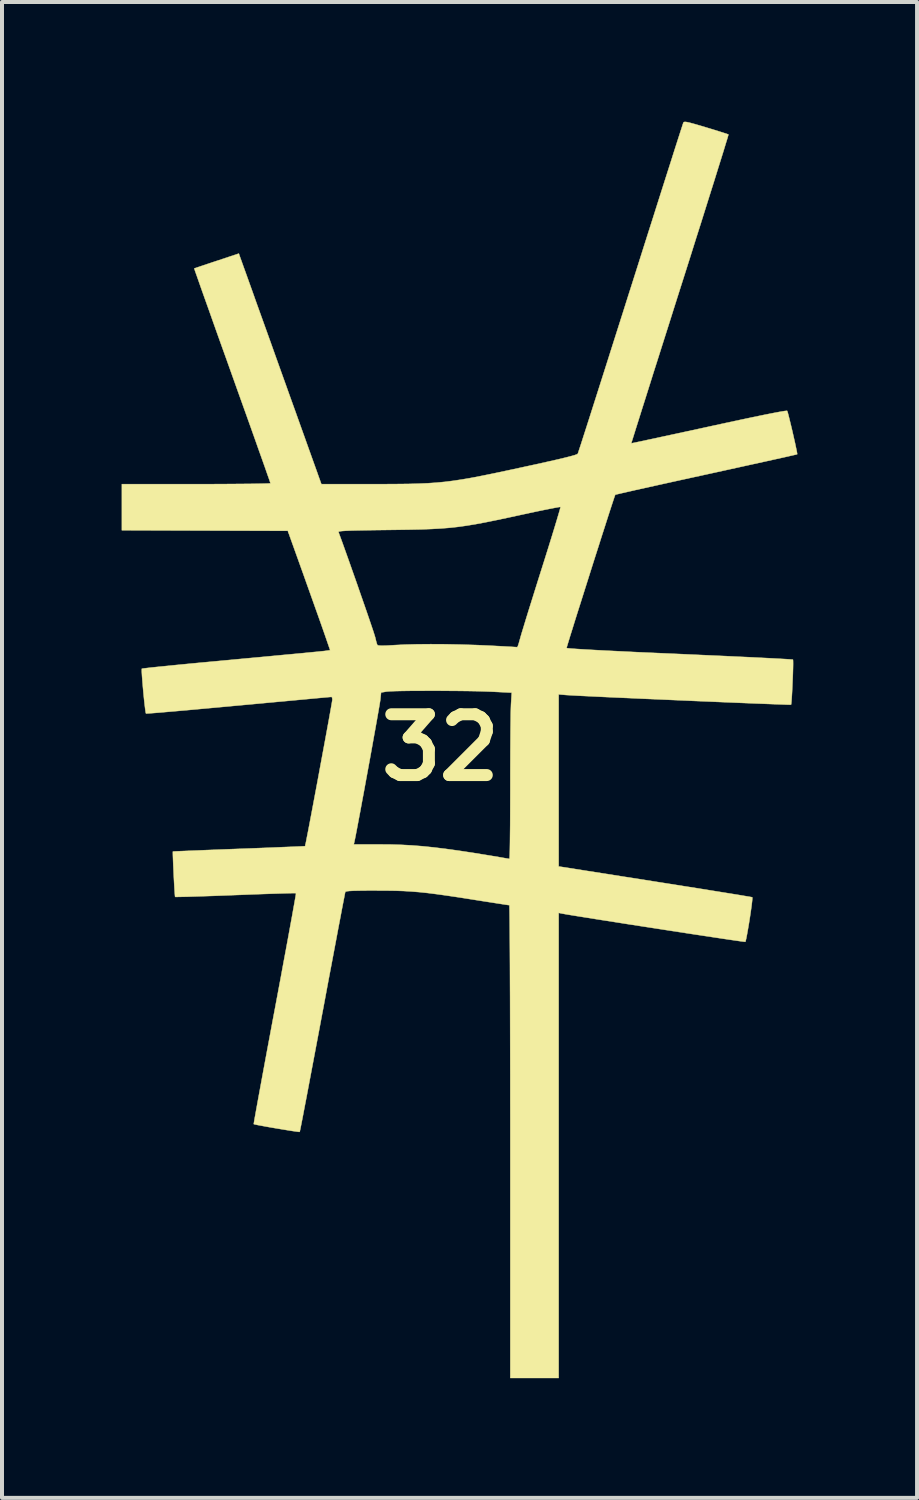
<source format=kicad_pcb>
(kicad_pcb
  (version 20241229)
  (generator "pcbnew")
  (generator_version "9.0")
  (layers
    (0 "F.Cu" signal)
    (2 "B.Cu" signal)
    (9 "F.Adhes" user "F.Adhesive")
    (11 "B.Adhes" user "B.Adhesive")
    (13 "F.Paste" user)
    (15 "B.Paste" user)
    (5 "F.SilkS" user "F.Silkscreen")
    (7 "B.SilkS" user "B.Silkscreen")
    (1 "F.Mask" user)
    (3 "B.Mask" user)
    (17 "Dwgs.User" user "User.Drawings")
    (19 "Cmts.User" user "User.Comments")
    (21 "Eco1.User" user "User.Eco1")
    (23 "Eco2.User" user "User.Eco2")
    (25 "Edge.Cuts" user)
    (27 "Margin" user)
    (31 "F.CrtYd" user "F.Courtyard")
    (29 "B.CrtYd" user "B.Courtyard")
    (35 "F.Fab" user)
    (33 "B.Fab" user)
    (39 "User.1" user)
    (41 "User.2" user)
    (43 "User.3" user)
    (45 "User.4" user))
  (footprint "32"
    (layer "F.Cu")
    (at 7.992 15.69)
    (property "Reference" "32" (at 0 0 0) (layer "F.SilkS") (effects (font (size 1.524 1.524) (thickness 0.3))))
    (attr through_hole)
    (fp_poly (pts (xy 6.177 -15.68) (xy 6.252 -15.663) (xy 6.363 -15.633) (xy 6.515 -15.589) (xy 6.658 -15.546) (xy 6.824 -15.496) (xy 6.972 -15.45) (xy 7.092 -15.412) (xy 7.176 -15.385) (xy 7.216 -15.37) (xy 7.219 -15.369) (xy 7.212 -15.341) (xy 7.189 -15.262) (xy 7.15 -15.136) (xy 7.098 -14.964) (xy 7.032 -14.752) (xy 6.953 -14.5) (xy 6.864 -14.213) (xy 6.763 -13.893) (xy 6.653 -13.543) (xy 6.535 -13.167) (xy 6.408 -12.768) (xy 6.276 -12.347) (xy 6.137 -11.909) (xy 6.005 -11.495) (xy 5.862 -11.044) (xy 5.724 -10.607) (xy 5.591 -10.189) (xy 5.465 -9.791) (xy 5.346 -9.418) (xy 5.237 -9.071) (xy 5.137 -8.754) (xy 5.047 -8.47) (xy 4.969 -8.222) (xy 4.903 -8.013) (xy 4.851 -7.846) (xy 4.813 -7.725) (xy 4.79 -7.651) (xy 4.783 -7.628) (xy 4.811 -7.632) (xy 4.889 -7.648) (xy 5.014 -7.674) (xy 5.18 -7.71) (xy 5.384 -7.753) (xy 5.621 -7.805) (xy 5.887 -7.862) (xy 6.177 -7.925) (xy 6.487 -7.992) (xy 6.73 -8.045) (xy 7.147 -8.136) (xy 7.516 -8.215) (xy 7.837 -8.283) (xy 8.108 -8.339) (xy 8.329 -8.383) (xy 8.499 -8.415) (xy 8.616 -8.435) (xy 8.679 -8.442) (xy 8.691 -8.44) (xy 8.704 -8.404) (xy 8.725 -8.325) (xy 8.753 -8.212) (xy 8.786 -8.077) (xy 8.821 -7.93) (xy 8.855 -7.78) (xy 8.887 -7.639) (xy 8.913 -7.515) (xy 8.933 -7.42) (xy 8.942 -7.364) (xy 8.942 -7.353) (xy 8.914 -7.345) (xy 8.834 -7.327) (xy 8.708 -7.298) (xy 8.539 -7.26) (xy 8.33 -7.214) (xy 8.088 -7.16) (xy 7.814 -7.1) (xy 7.514 -7.034) (xy 7.192 -6.963) (xy 6.851 -6.888) (xy 6.664 -6.847) (xy 6.315 -6.771) (xy 5.982 -6.698) (xy 5.67 -6.629) (xy 5.381 -6.565) (xy 5.121 -6.507) (xy 4.893 -6.457) (xy 4.702 -6.413) (xy 4.552 -6.379) (xy 4.446 -6.354) (xy 4.389 -6.34) (xy 4.381 -6.337) (xy 4.37 -6.309) (xy 4.344 -6.231) (xy 4.304 -6.111) (xy 4.252 -5.952) (xy 4.19 -5.76) (xy 4.12 -5.541) (xy 4.042 -5.299) (xy 3.96 -5.04) (xy 3.873 -4.769) (xy 3.785 -4.492) (xy 3.697 -4.213) (xy 3.61 -3.938) (xy 3.526 -3.672) (xy 3.446 -3.421) (xy 3.373 -3.189) (xy 3.309 -2.982) (xy 3.253 -2.804) (xy 3.21 -2.663) (xy 3.179 -2.561) (xy 3.163 -2.506) (xy 3.161 -2.497) (xy 3.189 -2.49) (xy 3.273 -2.482) (xy 3.411 -2.472) (xy 3.604 -2.46) (xy 3.85 -2.446) (xy 4.148 -2.43) (xy 4.499 -2.413) (xy 4.9 -2.393) (xy 5.351 -2.373) (xy 5.852 -2.351) (xy 5.99 -2.345) (xy 6.385 -2.327) (xy 6.763 -2.31) (xy 7.122 -2.294) (xy 7.457 -2.278) (xy 7.765 -2.264) (xy 8.042 -2.25) (xy 8.283 -2.238) (xy 8.486 -2.227) (xy 8.646 -2.218) (xy 8.76 -2.211) (xy 8.824 -2.206) (xy 8.836 -2.204) (xy 8.839 -2.173) (xy 8.84 -2.096) (xy 8.838 -1.983) (xy 8.834 -1.846) (xy 8.828 -1.694) (xy 8.821 -1.539) (xy 8.814 -1.391) (xy 8.806 -1.259) (xy 8.799 -1.156) (xy 8.792 -1.092) (xy 8.788 -1.075) (xy 8.759 -1.074) (xy 8.679 -1.076) (xy 8.551 -1.081) (xy 8.38 -1.087) (xy 8.172 -1.095) (xy 7.93 -1.104) (xy 7.66 -1.115) (xy 7.366 -1.127) (xy 7.052 -1.14) (xy 6.724 -1.154) (xy 6.385 -1.168) (xy 6.041 -1.183) (xy 5.695 -1.198) (xy 5.354 -1.213) (xy 5.021 -1.227) (xy 4.7 -1.242) (xy 4.397 -1.255) (xy 4.117 -1.268) (xy 3.863 -1.28) (xy 3.64 -1.291) (xy 3.454 -1.3) (xy 3.308 -1.308) (xy 3.207 -1.314) (xy 3.168 -1.316) (xy 2.963 -1.333) (xy 2.963 2.98) (xy 5.379 3.36) (xy 5.741 3.417) (xy 6.087 3.472) (xy 6.414 3.523) (xy 6.716 3.572) (xy 6.99 3.616) (xy 7.232 3.655) (xy 7.438 3.688) (xy 7.603 3.716) (xy 7.724 3.736) (xy 7.796 3.749) (xy 7.817 3.754) (xy 7.818 3.784) (xy 7.811 3.859) (xy 7.798 3.969) (xy 7.779 4.104) (xy 7.757 4.253) (xy 7.733 4.406) (xy 7.708 4.552) (xy 7.685 4.682) (xy 7.665 4.786) (xy 7.649 4.851) (xy 7.642 4.87) (xy 7.613 4.867) (xy 7.534 4.857) (xy 7.409 4.839) (xy 7.243 4.815) (xy 7.041 4.785) (xy 6.809 4.75) (xy 6.551 4.711) (xy 6.273 4.669) (xy 5.979 4.624) (xy 5.675 4.577) (xy 5.365 4.529) (xy 5.054 4.481) (xy 4.748 4.434) (xy 4.452 4.387) (xy 4.17 4.343) (xy 3.908 4.302) (xy 3.671 4.264) (xy 3.463 4.231) (xy 3.29 4.203) (xy 3.157 4.181) (xy 3.068 4.165) (xy 3.041 4.16) (xy 2.963 4.144) (xy 2.963 15.804) (xy 1.75 15.804) (xy 1.75 9.878) (xy 1.75 9.304) (xy 1.749 8.745) (xy 1.749 8.204) (xy 1.748 7.683) (xy 1.747 7.185) (xy 1.746 6.713) (xy 1.745 6.269) (xy 1.743 5.855) (xy 1.742 5.475) (xy 1.74 5.132) (xy 1.738 4.826) (xy 1.736 4.562) (xy 1.734 4.342) (xy 1.732 4.168) (xy 1.73 4.044) (xy 1.728 3.971) (xy 1.726 3.951) (xy 1.693 3.947) (xy 1.611 3.935) (xy 1.488 3.916) (xy 1.329 3.891) (xy 1.141 3.862) (xy 0.932 3.829) (xy 0.805 3.809) (xy 0.463 3.755) (xy 0.167 3.711) (xy -0.091 3.675) (xy -0.32 3.646) (xy -0.529 3.624) (xy -0.728 3.608) (xy -0.925 3.596) (xy -1.13 3.589) (xy -1.35 3.586) (xy -1.596 3.585) (xy -1.617 3.585) (xy -1.853 3.585) (xy -2.038 3.587) (xy -2.177 3.59) (xy -2.276 3.595) (xy -2.341 3.602) (xy -2.376 3.612) (xy -2.387 3.621) (xy -2.394 3.653) (xy -2.41 3.737) (xy -2.436 3.87) (xy -2.47 4.046) (xy -2.511 4.264) (xy -2.56 4.519) (xy -2.614 4.808) (xy -2.674 5.126) (xy -2.739 5.471) (xy -2.809 5.839) (xy -2.881 6.226) (xy -2.956 6.628) (xy -2.959 6.64) (xy -3.034 7.042) (xy -3.107 7.428) (xy -3.176 7.795) (xy -3.241 8.139) (xy -3.301 8.457) (xy -3.355 8.744) (xy -3.404 8.998) (xy -3.445 9.214) (xy -3.479 9.39) (xy -3.505 9.521) (xy -3.522 9.603) (xy -3.529 9.634) (xy -3.529 9.635) (xy -3.559 9.633) (xy -3.634 9.623) (xy -3.744 9.607) (xy -3.879 9.585) (xy -4.03 9.56) (xy -4.185 9.534) (xy -4.335 9.508) (xy -4.47 9.483) (xy -4.579 9.463) (xy -4.653 9.447) (xy -4.681 9.439) (xy -4.677 9.41) (xy -4.664 9.33) (xy -4.641 9.202) (xy -4.61 9.029) (xy -4.571 8.815) (xy -4.525 8.564) (xy -4.473 8.28) (xy -4.415 7.966) (xy -4.352 7.625) (xy -4.284 7.262) (xy -4.213 6.88) (xy -4.15 6.546) (xy -4.076 6.151) (xy -4.005 5.772) (xy -3.939 5.412) (xy -3.876 5.075) (xy -3.819 4.765) (xy -3.768 4.485) (xy -3.723 4.24) (xy -3.686 4.032) (xy -3.656 3.865) (xy -3.635 3.744) (xy -3.623 3.671) (xy -3.621 3.651) (xy -3.651 3.65) (xy -3.732 3.65) (xy -3.858 3.653) (xy -4.026 3.658) (xy -4.229 3.664) (xy -4.462 3.672) (xy -4.72 3.681) (xy -4.998 3.692) (xy -5.136 3.697) (xy -5.422 3.708) (xy -5.691 3.718) (xy -5.936 3.726) (xy -6.155 3.733) (xy -6.34 3.739) (xy -6.486 3.742) (xy -6.59 3.744) (xy -6.645 3.744) (xy -6.652 3.743) (xy -6.656 3.714) (xy -6.662 3.638) (xy -6.669 3.527) (xy -6.677 3.391) (xy -6.685 3.24) (xy -6.692 3.085) (xy -6.699 2.936) (xy -6.704 2.803) (xy -6.708 2.697) (xy -6.709 2.628) (xy -6.708 2.606) (xy -6.679 2.604) (xy -6.6 2.6) (xy -6.473 2.595) (xy -6.306 2.588) (xy -6.101 2.58) (xy -5.865 2.57) (xy -5.603 2.56) (xy -5.318 2.549) (xy -5.052 2.539) (xy -4.752 2.528) (xy -4.47 2.517) (xy -4.21 2.507) (xy -3.977 2.497) (xy -3.776 2.489) (xy -3.612 2.482) (xy -3.491 2.477) (xy -3.416 2.473) (xy -3.394 2.471) (xy -3.387 2.442) (xy -3.384 2.427) (xy -2.174 2.427) (xy -1.517 2.428) (xy -1.248 2.43) (xy -0.986 2.438) (xy -0.724 2.452) (xy -0.457 2.473) (xy -0.174 2.502) (xy 0.129 2.539) (xy 0.461 2.585) (xy 0.83 2.641) (xy 1.242 2.708) (xy 1.496 2.751) (xy 1.6 2.769) (xy 1.682 2.783) (xy 1.726 2.79) (xy 1.729 2.791) (xy 1.732 2.764) (xy 1.736 2.685) (xy 1.739 2.56) (xy 1.742 2.392) (xy 1.744 2.187) (xy 1.747 1.949) (xy 1.748 1.683) (xy 1.749 1.393) (xy 1.75 1.085) (xy 1.75 1.006) (xy 1.75 0.684) (xy 1.751 0.371) (xy 1.752 0.072) (xy 1.754 -0.205) (xy 1.756 -0.456) (xy 1.759 -0.674) (xy 1.761 -0.854) (xy 1.765 -0.989) (xy 1.768 -1.075) (xy 1.768 -1.079) (xy 1.786 -1.376) (xy 1.281 -1.401) (xy 1.12 -1.407) (xy 0.926 -1.413) (xy 0.705 -1.417) (xy 0.465 -1.42) (xy 0.213 -1.422) (xy -0.044 -1.424) (xy -0.297 -1.424) (xy -0.54 -1.423) (xy -0.766 -1.422) (xy -0.967 -1.419) (xy -1.135 -1.415) (xy -1.264 -1.41) (xy -1.345 -1.404) (xy -1.359 -1.402) (xy -1.489 -1.38) (xy -1.509 -1.191) (xy -1.517 -1.139) (xy -1.534 -1.037) (xy -1.559 -0.892) (xy -1.591 -0.71) (xy -1.629 -0.496) (xy -1.672 -0.258) (xy -1.718 0.000058) (xy -1.767 0.271) (xy -1.818 0.549) (xy -1.869 0.827) (xy -1.919 1.101) (xy -1.968 1.363) (xy -2.013 1.608) (xy -2.055 1.829) (xy -2.091 2.021) (xy -2.121 2.178) (xy -2.144 2.293) (xy -2.158 2.36) (xy -2.159 2.364) (xy -2.174 2.427) (xy -3.384 2.427) (xy -3.371 2.364) (xy -3.347 2.241) (xy -3.315 2.079) (xy -3.278 1.884) (xy -3.236 1.662) (xy -3.19 1.418) (xy -3.141 1.157) (xy -3.09 0.886) (xy -3.039 0.61) (xy -2.988 0.334) (xy -2.938 0.064) (xy -2.89 -0.195) (xy -2.846 -0.436) (xy -2.806 -0.654) (xy -2.772 -0.844) (xy -2.744 -1) (xy -2.724 -1.116) (xy -2.712 -1.187) (xy -2.71 -1.206) (xy -2.717 -1.256) (xy -2.731 -1.27) (xy -2.761 -1.268) (xy -2.844 -1.261) (xy -2.974 -1.249) (xy -3.149 -1.233) (xy -3.362 -1.213) (xy -3.611 -1.19) (xy -3.89 -1.164) (xy -4.197 -1.136) (xy -4.526 -1.105) (xy -4.873 -1.073) (xy -5.06 -1.056) (xy -5.416 -1.023) (xy -5.754 -0.992) (xy -6.072 -0.963) (xy -6.366 -0.936) (xy -6.63 -0.913) (xy -6.862 -0.893) (xy -7.056 -0.876) (xy -7.209 -0.864) (xy -7.316 -0.856) (xy -7.373 -0.853) (xy -7.382 -0.853) (xy -7.391 -0.886) (xy -7.402 -0.964) (xy -7.416 -1.078) (xy -7.431 -1.215) (xy -7.446 -1.366) (xy -7.46 -1.52) (xy -7.472 -1.668) (xy -7.482 -1.797) (xy -7.488 -1.899) (xy -7.488 -1.962) (xy -7.486 -1.977) (xy -7.455 -1.982) (xy -7.372 -1.992) (xy -7.242 -2.007) (xy -7.068 -2.025) (xy -6.856 -2.046) (xy -6.608 -2.071) (xy -6.33 -2.098) (xy -6.026 -2.127) (xy -5.7 -2.157) (xy -5.357 -2.189) (xy -5.249 -2.199) (xy -4.898 -2.232) (xy -4.56 -2.263) (xy -4.241 -2.293) (xy -3.945 -2.321) (xy -3.676 -2.346) (xy -3.44 -2.368) (xy -3.24 -2.388) (xy -3.081 -2.403) (xy -2.969 -2.415) (xy -2.907 -2.421) (xy -2.9 -2.422) (xy -2.766 -2.441) (xy -2.907 -2.85) (xy -2.949 -2.97) (xy -3.007 -3.135) (xy -3.078 -3.335) (xy -3.159 -3.562) (xy -3.246 -3.807) (xy -3.337 -4.062) (xy -3.428 -4.318) (xy -3.438 -4.346) (xy -3.817 -5.404) (xy -2.558 -5.404) (xy -2.557 -5.403) (xy -2.518 -5.297) (xy -2.465 -5.153) (xy -2.402 -4.977) (xy -2.33 -4.775) (xy -2.252 -4.555) (xy -2.17 -4.322) (xy -2.086 -4.084) (xy -2.004 -3.846) (xy -1.924 -3.617) (xy -1.849 -3.401) (xy -1.782 -3.205) (xy -1.725 -3.037) (xy -1.68 -2.903) (xy -1.65 -2.808) (xy -1.636 -2.761) (xy -1.614 -2.669) (xy -1.593 -2.598) (xy -1.582 -2.57) (xy -1.553 -2.559) (xy -1.483 -2.554) (xy -1.366 -2.556) (xy -1.199 -2.565) (xy -1.155 -2.568) (xy -0.895 -2.581) (xy -0.589 -2.589) (xy -0.247 -2.592) (xy 0.12 -2.59) (xy 0.502 -2.582) (xy 0.888 -2.57) (xy 1.214 -2.556) (xy 1.405 -2.546) (xy 1.578 -2.537) (xy 1.724 -2.529) (xy 1.836 -2.522) (xy 1.904 -2.518) (xy 1.923 -2.516) (xy 1.938 -2.539) (xy 1.96 -2.603) (xy 1.986 -2.696) (xy 1.988 -2.702) (xy 2.005 -2.764) (xy 2.037 -2.874) (xy 2.084 -3.027) (xy 2.142 -3.218) (xy 2.21 -3.439) (xy 2.288 -3.687) (xy 2.372 -3.956) (xy 2.461 -4.24) (xy 2.529 -4.455) (xy 2.619 -4.74) (xy 2.703 -5.008) (xy 2.78 -5.256) (xy 2.848 -5.478) (xy 2.906 -5.669) (xy 2.952 -5.824) (xy 2.986 -5.94) (xy 3.005 -6.011) (xy 3.009 -6.032) (xy 2.979 -6.03) (xy 2.9 -6.016) (xy 2.779 -5.993) (xy 2.623 -5.962) (xy 2.437 -5.924) (xy 2.229 -5.88) (xy 2.068 -5.845) (xy 1.709 -5.767) (xy 1.397 -5.701) (xy 1.121 -5.645) (xy 0.875 -5.599) (xy 0.649 -5.562) (xy 0.434 -5.532) (xy 0.222 -5.509) (xy 0.004 -5.492) (xy -0.229 -5.479) (xy -0.485 -5.469) (xy -0.774 -5.463) (xy -1.103 -5.458) (xy -1.335 -5.455) (xy -1.64 -5.451) (xy -1.892 -5.447) (xy -2.096 -5.443) (xy -2.257 -5.439) (xy -2.378 -5.434) (xy -2.465 -5.428) (xy -2.521 -5.421) (xy -2.55 -5.413) (xy -2.558 -5.404) (xy -3.817 -5.404) (xy -3.827 -5.433) (xy -5.907 -5.44) (xy -7.987 -5.447) (xy -7.987 -6.604) (xy -6.124 -6.604) (xy -5.806 -6.604) (xy -5.504 -6.605) (xy -5.225 -6.607) (xy -4.972 -6.609) (xy -4.75 -6.611) (xy -4.564 -6.614) (xy -4.418 -6.617) (xy -4.318 -6.62) (xy -4.267 -6.624) (xy -4.262 -6.625) (xy -4.271 -6.654) (xy -4.298 -6.733) (xy -4.342 -6.857) (xy -4.4 -7.024) (xy -4.473 -7.23) (xy -4.559 -7.471) (xy -4.655 -7.743) (xy -4.762 -8.044) (xy -4.878 -8.369) (xy -5.002 -8.715) (xy -5.132 -9.079) (xy -5.22 -9.326) (xy -5.353 -9.699) (xy -5.481 -10.056) (xy -5.602 -10.394) (xy -5.714 -10.71) (xy -5.817 -11.001) (xy -5.91 -11.261) (xy -5.991 -11.489) (xy -6.058 -11.68) (xy -6.111 -11.831) (xy -6.149 -11.938) (xy -6.169 -11.998) (xy -6.173 -12.01) (xy -6.145 -12.02) (xy -6.072 -12.045) (xy -5.962 -12.082) (xy -5.822 -12.129) (xy -5.66 -12.183) (xy -5.611 -12.199) (xy -5.055 -12.384) (xy -5.029 -12.309) (xy -5.016 -12.273) (xy -4.985 -12.187) (xy -4.938 -12.055) (xy -4.875 -11.881) (xy -4.799 -11.668) (xy -4.71 -11.42) (xy -4.611 -11.141) (xy -4.501 -10.835) (xy -4.382 -10.504) (xy -4.256 -10.153) (xy -4.125 -9.785) (xy -4.022 -9.497) (xy -3.886 -9.118) (xy -3.756 -8.754) (xy -3.631 -8.407) (xy -3.515 -8.082) (xy -3.407 -7.781) (xy -3.31 -7.509) (xy -3.224 -7.269) (xy -3.151 -7.065) (xy -3.092 -6.901) (xy -3.049 -6.779) (xy -3.022 -6.705) (xy -3.014 -6.682) (xy -2.986 -6.604) (xy -1.765 -6.604) (xy -1.403 -6.604) (xy -1.084 -6.606) (xy -0.802 -6.609) (xy -0.549 -6.616) (xy -0.318 -6.626) (xy -0.1 -6.641) (xy 0.111 -6.661) (xy 0.325 -6.688) (xy 0.547 -6.722) (xy 0.785 -6.763) (xy 1.048 -6.814) (xy 1.343 -6.874) (xy 1.677 -6.945) (xy 2.058 -7.027) (xy 2.084 -7.033) (xy 2.422 -7.106) (xy 2.707 -7.17) (xy 2.942 -7.223) (xy 3.129 -7.268) (xy 3.27 -7.304) (xy 3.368 -7.332) (xy 3.424 -7.353) (xy 3.442 -7.365) (xy 3.453 -7.396) (xy 3.48 -7.479) (xy 3.523 -7.609) (xy 3.579 -7.784) (xy 3.649 -8.001) (xy 3.731 -8.257) (xy 3.824 -8.549) (xy 3.928 -8.875) (xy 4.041 -9.23) (xy 4.163 -9.613) (xy 4.292 -10.02) (xy 4.428 -10.448) (xy 4.57 -10.894) (xy 4.716 -11.356) (xy 4.767 -11.515) (xy 4.915 -11.981) (xy 5.058 -12.433) (xy 5.196 -12.868) (xy 5.328 -13.282) (xy 5.452 -13.674) (xy 5.568 -14.039) (xy 5.675 -14.375) (xy 5.772 -14.678) (xy 5.857 -14.947) (xy 5.931 -15.178) (xy 5.992 -15.368) (xy 6.039 -15.513) (xy 6.071 -15.612) (xy 6.087 -15.661) (xy 6.089 -15.666) (xy 6.102 -15.68) (xy 6.129 -15.685) (xy 6.177 -15.68)) (stroke (width 0.01) (type solid)) (fill yes) (layer "F.SilkS")))
  (gr_rect
    (start -3 -3)
    (end 19.939 34.499)
    (stroke (width 0.1) (type default))
    (fill no)
    (layer "Edge.Cuts")))
</source>
